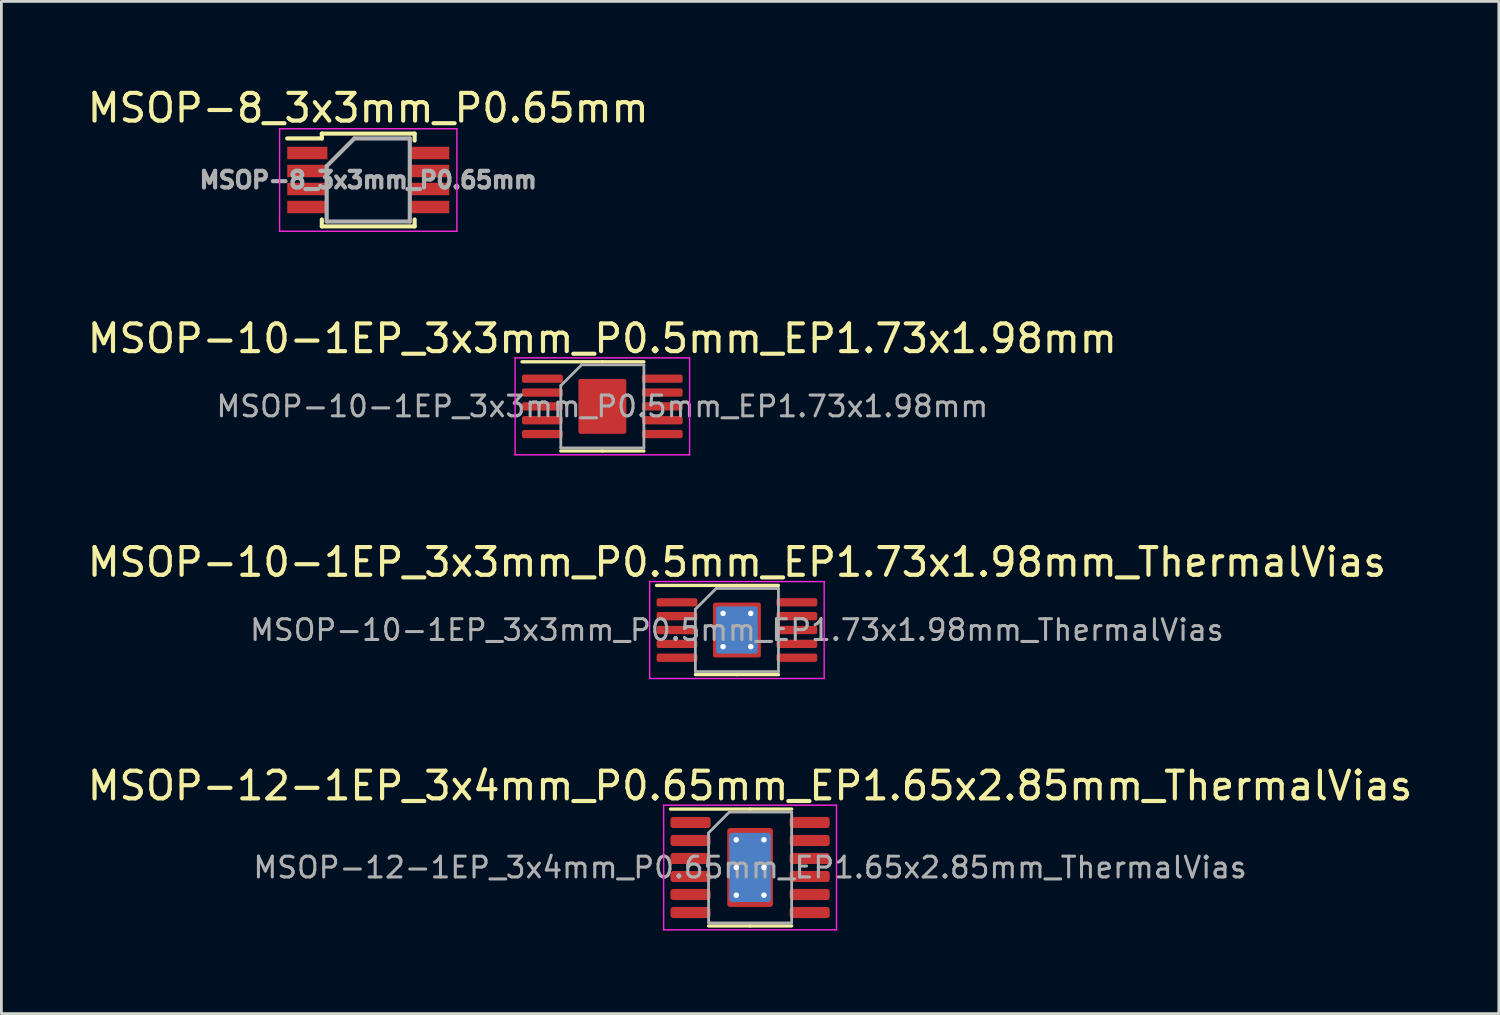
<source format=kicad_pcb>
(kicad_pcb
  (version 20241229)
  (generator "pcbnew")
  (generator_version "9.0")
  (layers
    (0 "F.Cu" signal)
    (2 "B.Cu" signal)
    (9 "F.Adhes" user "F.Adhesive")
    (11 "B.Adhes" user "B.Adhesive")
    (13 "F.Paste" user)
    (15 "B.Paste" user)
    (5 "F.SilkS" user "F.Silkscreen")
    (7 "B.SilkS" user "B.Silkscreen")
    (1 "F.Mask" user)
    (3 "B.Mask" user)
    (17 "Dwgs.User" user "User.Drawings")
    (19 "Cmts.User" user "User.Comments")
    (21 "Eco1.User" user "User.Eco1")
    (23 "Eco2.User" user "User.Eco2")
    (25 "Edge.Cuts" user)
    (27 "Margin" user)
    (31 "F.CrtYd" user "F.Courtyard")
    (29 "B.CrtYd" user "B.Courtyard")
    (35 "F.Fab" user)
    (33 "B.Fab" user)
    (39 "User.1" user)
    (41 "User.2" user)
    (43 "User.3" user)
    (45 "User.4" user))
  (footprint "MSOP-10-1EP_3x3mm_P0.5mm_EP1.73x1.98mm"
    (layer "F.Cu")
    (at 18.696 11.621)
    (property "Reference" "MSOP-10-1EP_3x3mm_P0.5mm_EP1.73x1.98mm" (at 0 -2.45 0) (layer "F.SilkS") (effects (font (size 1 1) (thickness 0.15))))
    (attr smd)
    (fp_line (start 0 -1.61) (end -2.9 -1.61) (stroke (width 0.12) (type solid)) (layer "F.SilkS"))
    (fp_line (start 0 -1.61) (end 1.5 -1.61) (stroke (width 0.12) (type solid)) (layer "F.SilkS"))
    (fp_line (start 0 1.61) (end -1.5 1.61) (stroke (width 0.12) (type solid)) (layer "F.SilkS"))
    (fp_line (start 0 1.61) (end 1.5 1.61) (stroke (width 0.12) (type solid)) (layer "F.SilkS"))
    (fp_line (start -3.15 -1.75) (end -3.15 1.75) (stroke (width 0.05) (type solid)) (layer "F.CrtYd"))
    (fp_line (start -3.15 1.75) (end 3.15 1.75) (stroke (width 0.05) (type solid)) (layer "F.CrtYd"))
    (fp_line (start 3.15 -1.75) (end -3.15 -1.75) (stroke (width 0.05) (type solid)) (layer "F.CrtYd"))
    (fp_line (start 3.15 1.75) (end 3.15 -1.75) (stroke (width 0.05) (type solid)) (layer "F.CrtYd"))
    (fp_line (start -1.5 -0.75) (end -0.75 -1.5) (stroke (width 0.1) (type solid)) (layer "F.Fab"))
    (fp_line (start -1.5 1.5) (end -1.5 -0.75) (stroke (width 0.1) (type solid)) (layer "F.Fab"))
    (fp_line (start -0.75 -1.5) (end 1.5 -1.5) (stroke (width 0.1) (type solid)) (layer "F.Fab"))
    (fp_line (start 1.5 -1.5) (end 1.5 1.5) (stroke (width 0.1) (type solid)) (layer "F.Fab"))
    (fp_line (start 1.5 1.5) (end -1.5 1.5) (stroke (width 0.1) (type solid)) (layer "F.Fab"))
    (fp_text user "${REFERENCE}" (at 0 0 0) (layer "F.Fab") (effects (font (size 0.75 0.75) (thickness 0.11))))
    (pad "" smd roundrect (at -0.43 -0.495) (size 0.7 0.8) (layers "F.Paste") (roundrect_rratio 0.25))
    (pad "" smd roundrect (at -0.43 0.495) (size 0.7 0.8) (layers "F.Paste") (roundrect_rratio 0.25))
    (pad "" smd roundrect (at 0.43 -0.495) (size 0.7 0.8) (layers "F.Paste") (roundrect_rratio 0.25))
    (pad "" smd roundrect (at 0.43 0.495) (size 0.7 0.8) (layers "F.Paste") (roundrect_rratio 0.25))
    (pad "1" smd roundrect (at -2.163 -1) (size 1.475 0.3) (layers "F.Cu" "F.Mask" "F.Paste") (roundrect_rratio 0.25))
    (pad "2" smd roundrect (at -2.163 -0.5) (size 1.475 0.3) (layers "F.Cu" "F.Mask" "F.Paste") (roundrect_rratio 0.25))
    (pad "3" smd roundrect (at -2.163 0) (size 1.475 0.3) (layers "F.Cu" "F.Mask" "F.Paste") (roundrect_rratio 0.25))
    (pad "4" smd roundrect (at -2.163 0.5) (size 1.475 0.3) (layers "F.Cu" "F.Mask" "F.Paste") (roundrect_rratio 0.25))
    (pad "5" smd roundrect (at -2.163 1) (size 1.475 0.3) (layers "F.Cu" "F.Mask" "F.Paste") (roundrect_rratio 0.25))
    (pad "6" smd roundrect (at 2.163 1) (size 1.475 0.3) (layers "F.Cu" "F.Mask" "F.Paste") (roundrect_rratio 0.25))
    (pad "7" smd roundrect (at 2.163 0.5) (size 1.475 0.3) (layers "F.Cu" "F.Mask" "F.Paste") (roundrect_rratio 0.25))
    (pad "8" smd roundrect (at 2.163 0) (size 1.475 0.3) (layers "F.Cu" "F.Mask" "F.Paste") (roundrect_rratio 0.25))
    (pad "9" smd roundrect (at 2.163 -0.5) (size 1.475 0.3) (layers "F.Cu" "F.Mask" "F.Paste") (roundrect_rratio 0.25))
    (pad "10" smd roundrect (at 2.163 -1) (size 1.475 0.3) (layers "F.Cu" "F.Mask" "F.Paste") (roundrect_rratio 0.25))
    (pad "11" smd roundrect (at 0 0) (size 1.73 1.98) (layers "F.Cu" "F.Mask") (roundrect_rratio 0.043)))
  (footprint "MSOP-8_3x3mm_P0.65mm"
    (layer "F.Cu")
    (at 10.244 3.448)
    (property "Reference" "MSOP-8_3x3mm_P0.65mm" (at 0 -2.6 0) (layer "F.SilkS") (effects (font (size 1 1) (thickness 0.15))))
    (attr smd)
    (fp_line (start -1.675 -1.675) (end -1.675 -1.5) (stroke (width 0.15) (type solid)) (layer "F.SilkS"))
    (fp_line (start -1.675 -1.675) (end 1.675 -1.675) (stroke (width 0.15) (type solid)) (layer "F.SilkS"))
    (fp_line (start -1.675 -1.5) (end -2.925 -1.5) (stroke (width 0.15) (type solid)) (layer "F.SilkS"))
    (fp_line (start -1.675 1.675) (end -1.675 1.425) (stroke (width 0.15) (type solid)) (layer "F.SilkS"))
    (fp_line (start -1.675 1.675) (end 1.675 1.675) (stroke (width 0.15) (type solid)) (layer "F.SilkS"))
    (fp_line (start 1.675 -1.675) (end 1.675 -1.425) (stroke (width 0.15) (type solid)) (layer "F.SilkS"))
    (fp_line (start 1.675 1.675) (end 1.675 1.425) (stroke (width 0.15) (type solid)) (layer "F.SilkS"))
    (fp_line (start -3.2 -1.85) (end -3.2 1.85) (stroke (width 0.05) (type solid)) (layer "F.CrtYd"))
    (fp_line (start -3.2 -1.85) (end 3.2 -1.85) (stroke (width 0.05) (type solid)) (layer "F.CrtYd"))
    (fp_line (start -3.2 1.85) (end 3.2 1.85) (stroke (width 0.05) (type solid)) (layer "F.CrtYd"))
    (fp_line (start 3.2 -1.85) (end 3.2 1.85) (stroke (width 0.05) (type solid)) (layer "F.CrtYd"))
    (fp_line (start -1.5 -0.5) (end -0.5 -1.5) (stroke (width 0.15) (type solid)) (layer "F.Fab"))
    (fp_line (start -1.5 1.5) (end -1.5 -0.5) (stroke (width 0.15) (type solid)) (layer "F.Fab"))
    (fp_line (start -0.5 -1.5) (end 1.5 -1.5) (stroke (width 0.15) (type solid)) (layer "F.Fab"))
    (fp_line (start 1.5 -1.5) (end 1.5 1.5) (stroke (width 0.15) (type solid)) (layer "F.Fab"))
    (fp_line (start 1.5 1.5) (end -1.5 1.5) (stroke (width 0.15) (type solid)) (layer "F.Fab"))
    (fp_text user "${REFERENCE}" (at 0 0 0) (layer "F.Fab") (effects (font (size 0.6 0.6) (thickness 0.15))))
    (pad "1" smd rect (at -2.2 -0.975) (size 1.45 0.45) (layers "F.Cu" "F.Mask" "F.Paste"))
    (pad "2" smd rect (at -2.2 -0.325) (size 1.45 0.45) (layers "F.Cu" "F.Mask" "F.Paste"))
    (pad "3" smd rect (at -2.2 0.325) (size 1.45 0.45) (layers "F.Cu" "F.Mask" "F.Paste"))
    (pad "4" smd rect (at -2.2 0.975) (size 1.45 0.45) (layers "F.Cu" "F.Mask" "F.Paste"))
    (pad "5" smd rect (at 2.2 0.975) (size 1.45 0.45) (layers "F.Cu" "F.Mask" "F.Paste"))
    (pad "6" smd rect (at 2.2 0.325) (size 1.45 0.45) (layers "F.Cu" "F.Mask" "F.Paste"))
    (pad "7" smd rect (at 2.2 -0.325) (size 1.45 0.45) (layers "F.Cu" "F.Mask" "F.Paste"))
    (pad "8" smd rect (at 2.2 -0.975) (size 1.45 0.45) (layers "F.Cu" "F.Mask" "F.Paste")))
  (footprint "MSOP-12-1EP_3x4mm_P0.65mm_EP1.65x2.85mm_ThermalVias"
    (layer "F.Cu")
    (at 24.03 28.268)
    (property "Reference" "MSOP-12-1EP_3x4mm_P0.65mm_EP1.65x2.85mm_ThermalVias" (at 0 -2.95 0) (layer "F.SilkS") (effects (font (size 1 1) (thickness 0.15))))
    (attr smd)
    (fp_line (start 0 -2.11) (end -2.875 -2.11) (stroke (width 0.12) (type solid)) (layer "F.SilkS"))
    (fp_line (start 0 -2.11) (end 1.5 -2.11) (stroke (width 0.12) (type solid)) (layer "F.SilkS"))
    (fp_line (start 0 2.11) (end -1.5 2.11) (stroke (width 0.12) (type solid)) (layer "F.SilkS"))
    (fp_line (start 0 2.11) (end 1.5 2.11) (stroke (width 0.12) (type solid)) (layer "F.SilkS"))
    (fp_line (start -3.12 -2.25) (end -3.12 2.25) (stroke (width 0.05) (type solid)) (layer "F.CrtYd"))
    (fp_line (start -3.12 2.25) (end 3.12 2.25) (stroke (width 0.05) (type solid)) (layer "F.CrtYd"))
    (fp_line (start 3.12 -2.25) (end -3.12 -2.25) (stroke (width 0.05) (type solid)) (layer "F.CrtYd"))
    (fp_line (start 3.12 2.25) (end 3.12 -2.25) (stroke (width 0.05) (type solid)) (layer "F.CrtYd"))
    (fp_line (start -1.5 -1.25) (end -0.75 -2) (stroke (width 0.1) (type solid)) (layer "F.Fab"))
    (fp_line (start -1.5 2) (end -1.5 -1.25) (stroke (width 0.1) (type solid)) (layer "F.Fab"))
    (fp_line (start -0.75 -2) (end 1.5 -2) (stroke (width 0.1) (type solid)) (layer "F.Fab"))
    (fp_line (start 1.5 -2) (end 1.5 2) (stroke (width 0.1) (type solid)) (layer "F.Fab"))
    (fp_line (start 1.5 2) (end -1.5 2) (stroke (width 0.1) (type solid)) (layer "F.Fab"))
    (fp_text user "${REFERENCE}" (at 0 0 0) (layer "F.Fab") (effects (font (size 0.75 0.75) (thickness 0.11))))
    (pad "" smd roundrect (at -0.41 -0.71) (size 0.69 1.19) (layers "F.Paste") (roundrect_rratio 0.25))
    (pad "" smd roundrect (at -0.41 0.71) (size 0.69 1.19) (layers "F.Paste") (roundrect_rratio 0.25))
    (pad "" smd roundrect (at 0.41 -0.71) (size 0.69 1.19) (layers "F.Paste") (roundrect_rratio 0.25))
    (pad "" smd roundrect (at 0.41 0.71) (size 0.69 1.19) (layers "F.Paste") (roundrect_rratio 0.25))
    (pad "1" smd roundrect (at -2.15 -1.625) (size 1.45 0.4) (layers "F.Cu" "F.Mask" "F.Paste") (roundrect_rratio 0.25))
    (pad "2" smd roundrect (at -2.15 -0.975) (size 1.45 0.4) (layers "F.Cu" "F.Mask" "F.Paste") (roundrect_rratio 0.25))
    (pad "3" smd roundrect (at -2.15 -0.325) (size 1.45 0.4) (layers "F.Cu" "F.Mask" "F.Paste") (roundrect_rratio 0.25))
    (pad "4" smd roundrect (at -2.15 0.325) (size 1.45 0.4) (layers "F.Cu" "F.Mask" "F.Paste") (roundrect_rratio 0.25))
    (pad "5" smd roundrect (at -2.15 0.975) (size 1.45 0.4) (layers "F.Cu" "F.Mask" "F.Paste") (roundrect_rratio 0.25))
    (pad "6" smd roundrect (at -2.15 1.625) (size 1.45 0.4) (layers "F.Cu" "F.Mask" "F.Paste") (roundrect_rratio 0.25))
    (pad "7" smd roundrect (at 2.15 1.625) (size 1.45 0.4) (layers "F.Cu" "F.Mask" "F.Paste") (roundrect_rratio 0.25))
    (pad "8" smd roundrect (at 2.15 0.975) (size 1.45 0.4) (layers "F.Cu" "F.Mask" "F.Paste") (roundrect_rratio 0.25))
    (pad "9" smd roundrect (at 2.15 0.325) (size 1.45 0.4) (layers "F.Cu" "F.Mask" "F.Paste") (roundrect_rratio 0.25))
    (pad "10" smd roundrect (at 2.15 -0.325) (size 1.45 0.4) (layers "F.Cu" "F.Mask" "F.Paste") (roundrect_rratio 0.25))
    (pad "11" smd roundrect (at 2.15 -0.975) (size 1.45 0.4) (layers "F.Cu" "F.Mask" "F.Paste") (roundrect_rratio 0.25))
    (pad "12" smd roundrect (at 2.15 -1.625) (size 1.45 0.4) (layers "F.Cu" "F.Mask" "F.Paste") (roundrect_rratio 0.25))
    (pad "13" thru_hole circle (at -0.5 -1) (size 0.5 0.5) (drill 0.2) (layers "*.Cu"))
    (pad "13" thru_hole circle (at -0.5 0) (size 0.5 0.5) (drill 0.2) (layers "*.Cu"))
    (pad "13" thru_hole circle (at -0.5 1) (size 0.5 0.5) (drill 0.2) (layers "*.Cu"))
    (pad "13" smd roundrect (at 0 0) (size 1.5 2.5) (layers "B.Cu") (roundrect_rratio 0.067))
    (pad "13" smd roundrect (at 0 0) (size 1.65 2.85) (layers "F.Cu" "F.Mask") (roundrect_rratio 0.061))
    (pad "13" thru_hole circle (at 0.5 -1) (size 0.5 0.5) (drill 0.2) (layers "*.Cu"))
    (pad "13" thru_hole circle (at 0.5 0) (size 0.5 0.5) (drill 0.2) (layers "*.Cu"))
    (pad "13" thru_hole circle (at 0.5 1) (size 0.5 0.5) (drill 0.2) (layers "*.Cu")))
  (footprint "MSOP-10-1EP_3x3mm_P0.5mm_EP1.73x1.98mm_ThermalVias"
    (layer "F.Cu")
    (at 23.554 19.695)
    (property "Reference" "MSOP-10-1EP_3x3mm_P0.5mm_EP1.73x1.98mm_ThermalVias" (at 0 -2.45 0) (layer "F.SilkS") (effects (font (size 1 1) (thickness 0.15))))
    (attr smd)
    (fp_line (start 0 -1.61) (end -2.9 -1.61) (stroke (width 0.12) (type solid)) (layer "F.SilkS"))
    (fp_line (start 0 -1.61) (end 1.5 -1.61) (stroke (width 0.12) (type solid)) (layer "F.SilkS"))
    (fp_line (start 0 1.61) (end -1.5 1.61) (stroke (width 0.12) (type solid)) (layer "F.SilkS"))
    (fp_line (start 0 1.61) (end 1.5 1.61) (stroke (width 0.12) (type solid)) (layer "F.SilkS"))
    (fp_line (start -3.15 -1.75) (end -3.15 1.75) (stroke (width 0.05) (type solid)) (layer "F.CrtYd"))
    (fp_line (start -3.15 1.75) (end 3.15 1.75) (stroke (width 0.05) (type solid)) (layer "F.CrtYd"))
    (fp_line (start 3.15 -1.75) (end -3.15 -1.75) (stroke (width 0.05) (type solid)) (layer "F.CrtYd"))
    (fp_line (start 3.15 1.75) (end 3.15 -1.75) (stroke (width 0.05) (type solid)) (layer "F.CrtYd"))
    (fp_line (start -1.5 -0.75) (end -0.75 -1.5) (stroke (width 0.1) (type solid)) (layer "F.Fab"))
    (fp_line (start -1.5 1.5) (end -1.5 -0.75) (stroke (width 0.1) (type solid)) (layer "F.Fab"))
    (fp_line (start -0.75 -1.5) (end 1.5 -1.5) (stroke (width 0.1) (type solid)) (layer "F.Fab"))
    (fp_line (start 1.5 -1.5) (end 1.5 1.5) (stroke (width 0.1) (type solid)) (layer "F.Fab"))
    (fp_line (start 1.5 1.5) (end -1.5 1.5) (stroke (width 0.1) (type solid)) (layer "F.Fab"))
    (fp_text user "${REFERENCE}" (at 0 0 0) (layer "F.Fab") (effects (font (size 0.75 0.75) (thickness 0.11))))
    (pad "" smd roundrect (at -0.43 -0.495) (size 0.72 0.83) (layers "F.Paste") (roundrect_rratio 0.25))
    (pad "" smd roundrect (at -0.43 0.495) (size 0.72 0.83) (layers "F.Paste") (roundrect_rratio 0.25))
    (pad "" smd roundrect (at 0.43 -0.495) (size 0.72 0.83) (layers "F.Paste") (roundrect_rratio 0.25))
    (pad "" smd roundrect (at 0.43 0.495) (size 0.72 0.83) (layers "F.Paste") (roundrect_rratio 0.25))
    (pad "1" smd roundrect (at -2.163 -1) (size 1.475 0.3) (layers "F.Cu" "F.Mask" "F.Paste") (roundrect_rratio 0.25))
    (pad "2" smd roundrect (at -2.163 -0.5) (size 1.475 0.3) (layers "F.Cu" "F.Mask" "F.Paste") (roundrect_rratio 0.25))
    (pad "3" smd roundrect (at -2.163 0) (size 1.475 0.3) (layers "F.Cu" "F.Mask" "F.Paste") (roundrect_rratio 0.25))
    (pad "4" smd roundrect (at -2.163 0.5) (size 1.475 0.3) (layers "F.Cu" "F.Mask" "F.Paste") (roundrect_rratio 0.25))
    (pad "5" smd roundrect (at -2.163 1) (size 1.475 0.3) (layers "F.Cu" "F.Mask" "F.Paste") (roundrect_rratio 0.25))
    (pad "6" smd roundrect (at 2.163 1) (size 1.475 0.3) (layers "F.Cu" "F.Mask" "F.Paste") (roundrect_rratio 0.25))
    (pad "7" smd roundrect (at 2.163 0.5) (size 1.475 0.3) (layers "F.Cu" "F.Mask" "F.Paste") (roundrect_rratio 0.25))
    (pad "8" smd roundrect (at 2.163 0) (size 1.475 0.3) (layers "F.Cu" "F.Mask" "F.Paste") (roundrect_rratio 0.25))
    (pad "9" smd roundrect (at 2.163 -0.5) (size 1.475 0.3) (layers "F.Cu" "F.Mask" "F.Paste") (roundrect_rratio 0.25))
    (pad "10" smd roundrect (at 2.163 -1) (size 1.475 0.3) (layers "F.Cu" "F.Mask" "F.Paste") (roundrect_rratio 0.25))
    (pad "11" thru_hole circle (at -0.5 -0.6) (size 0.5 0.5) (drill 0.2) (layers "*.Cu"))
    (pad "11" thru_hole circle (at -0.5 0.6) (size 0.5 0.5) (drill 0.2) (layers "*.Cu"))
    (pad "11" smd roundrect (at 0 0) (size 1.5 1.7) (layers "B.Cu") (roundrect_rratio 0.05))
    (pad "11" smd roundrect (at 0 0) (size 1.73 1.98) (layers "F.Cu" "F.Mask") (roundrect_rratio 0.043))
    (pad "11" thru_hole circle (at 0.5 -0.6) (size 0.5 0.5) (drill 0.2) (layers "*.Cu"))
    (pad "11" thru_hole circle (at 0.5 0.6) (size 0.5 0.5) (drill 0.2) (layers "*.Cu")))
  (gr_rect
    (start -3 -3)
    (end 51.06 33.543)
    (stroke (width 0.1) (type default))
    (fill no)
    (layer "Edge.Cuts")))
</source>
